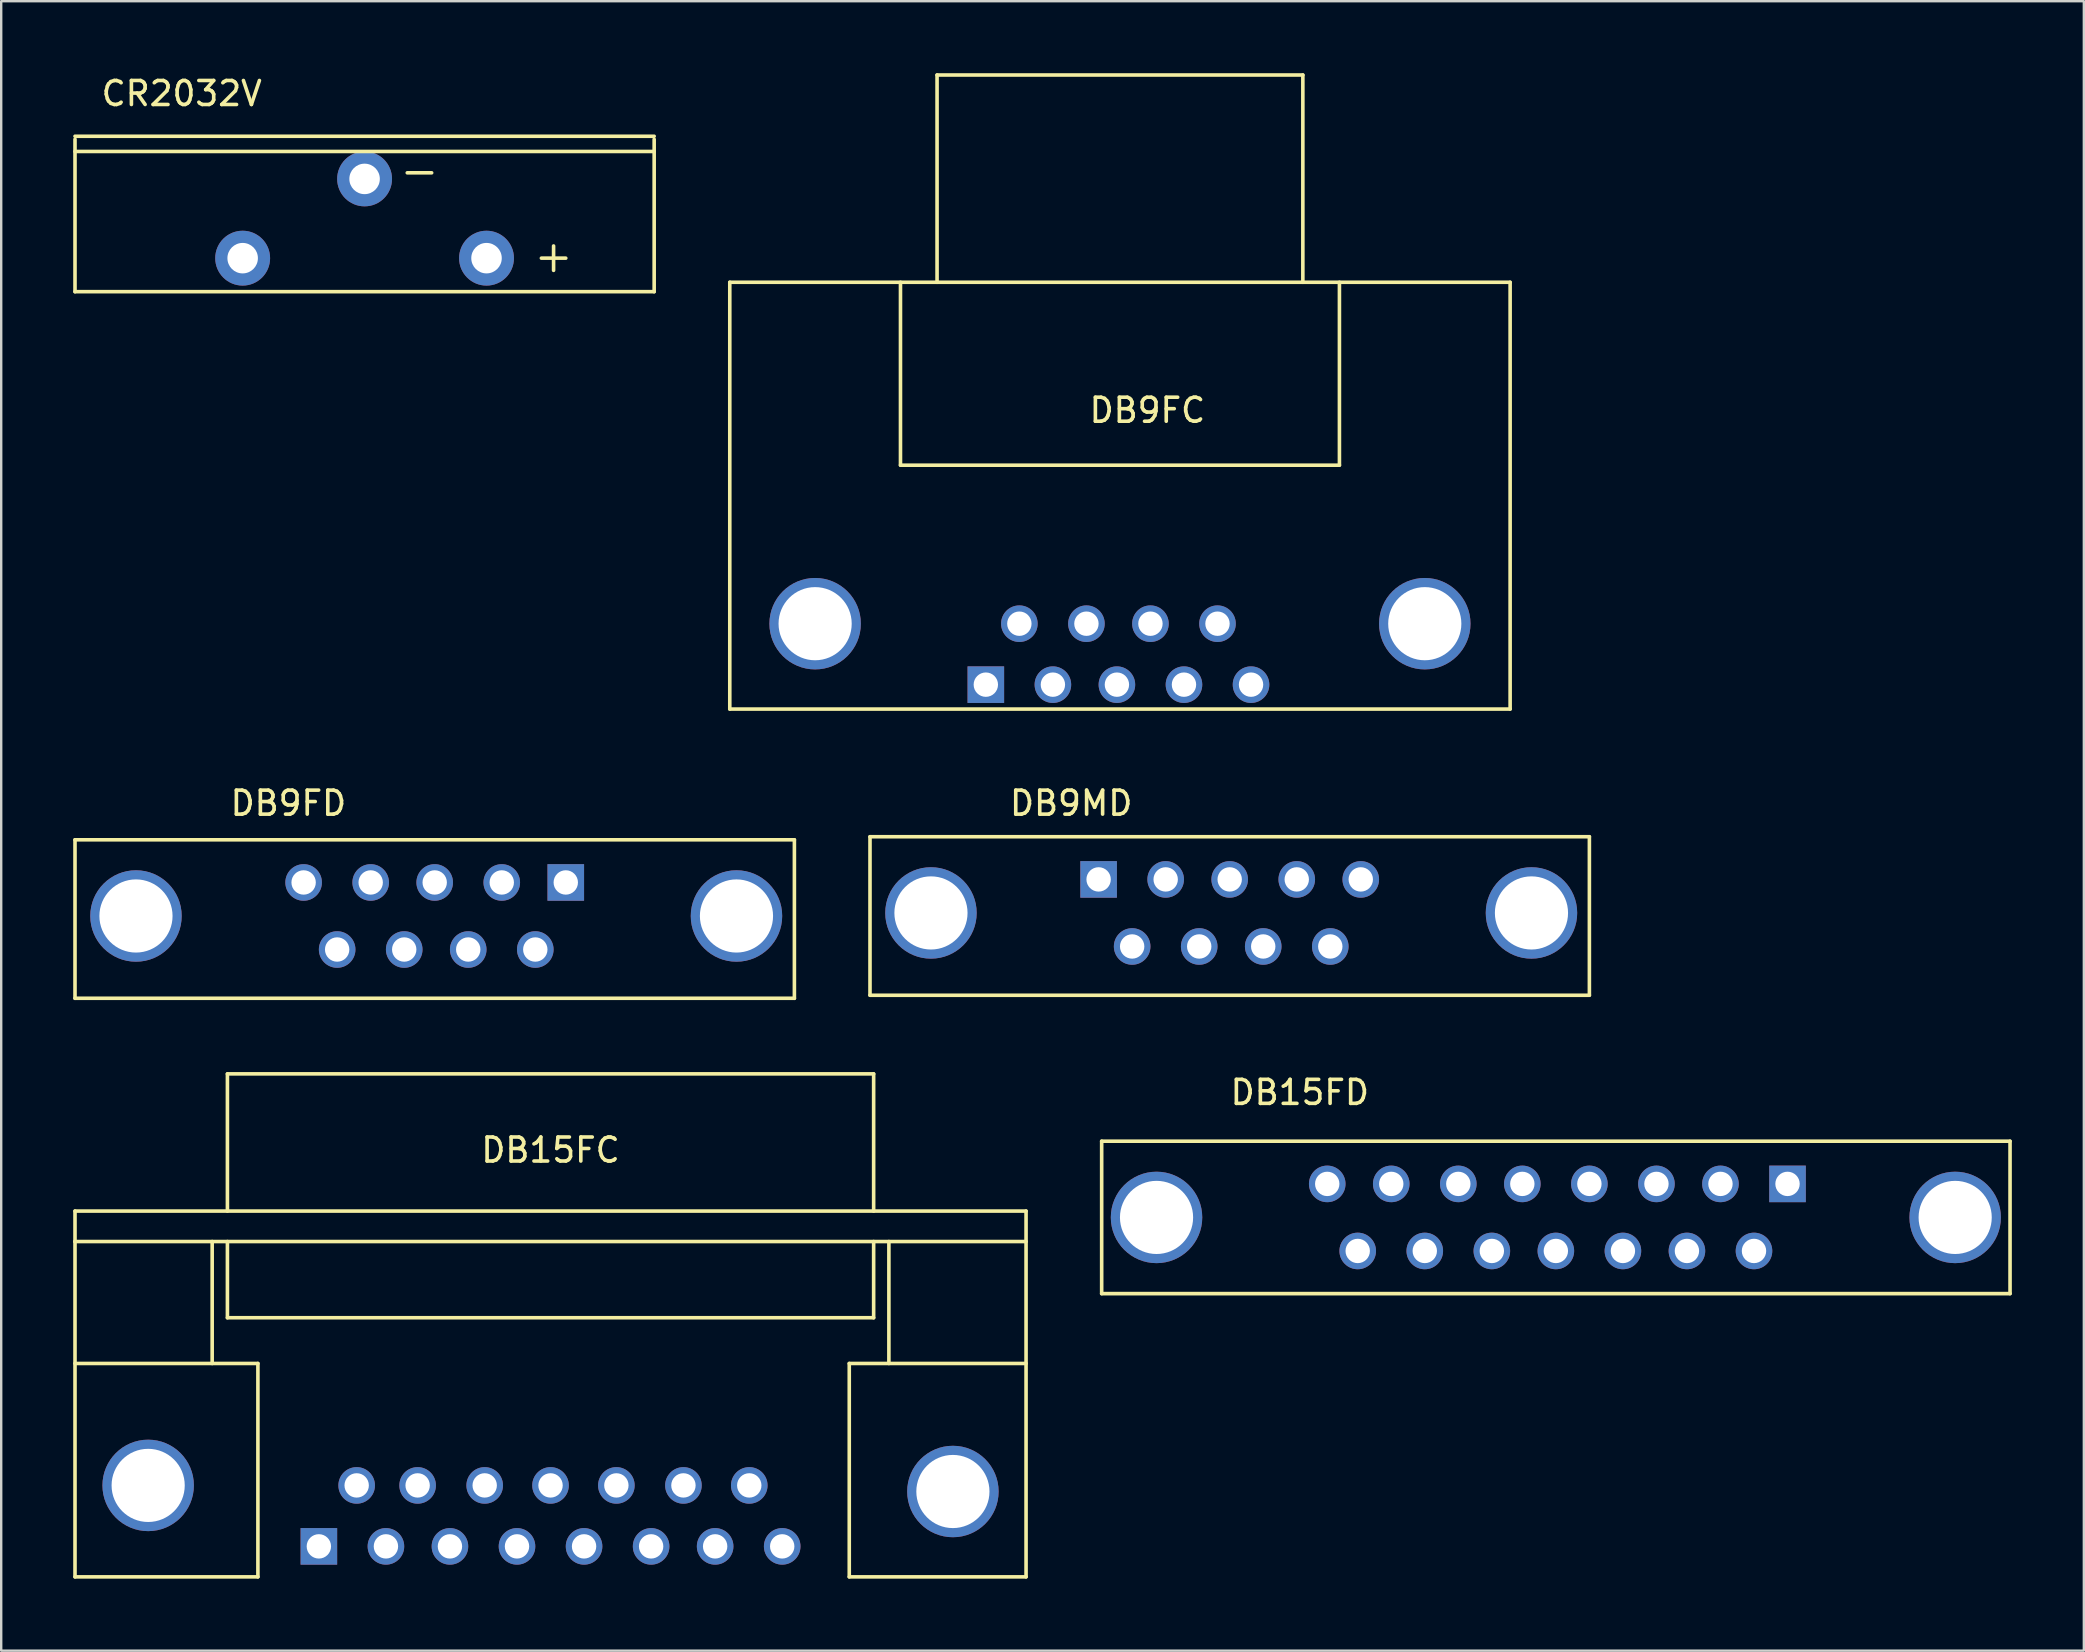
<source format=kicad_pcb>
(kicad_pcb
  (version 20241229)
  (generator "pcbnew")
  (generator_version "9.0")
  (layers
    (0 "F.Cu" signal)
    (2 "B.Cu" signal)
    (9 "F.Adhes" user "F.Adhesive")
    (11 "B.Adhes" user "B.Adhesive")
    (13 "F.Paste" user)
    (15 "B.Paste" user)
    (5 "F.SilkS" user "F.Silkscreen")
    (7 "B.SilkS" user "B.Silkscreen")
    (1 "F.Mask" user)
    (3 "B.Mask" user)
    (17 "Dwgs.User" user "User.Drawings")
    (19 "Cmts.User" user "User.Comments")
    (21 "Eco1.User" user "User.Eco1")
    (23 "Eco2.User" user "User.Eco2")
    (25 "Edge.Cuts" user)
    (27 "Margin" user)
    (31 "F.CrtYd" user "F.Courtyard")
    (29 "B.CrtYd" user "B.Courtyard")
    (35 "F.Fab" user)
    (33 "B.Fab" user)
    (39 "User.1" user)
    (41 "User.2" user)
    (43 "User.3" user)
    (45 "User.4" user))
  (footprint "DB15FC"
    (layer "F.Cu")
    (at 19.887 60.107)
    (property "Reference" "DB15FC" (at 0 -15.24 0) (layer "F.SilkS") (effects (font (size 1 1) (thickness 0.15))))
    (attr through_hole)
    (fp_line (start -19.812 -12.7) (end -19.812 -11.43) (stroke (width 0.15) (type solid)) (layer "F.SilkS"))
    (fp_line (start -19.812 -6.35) (end -12.192 -6.35) (stroke (width 0.15) (type solid)) (layer "F.SilkS"))
    (fp_line (start -19.812 2.54) (end -19.812 -11.43) (stroke (width 0.15) (type solid)) (layer "F.SilkS"))
    (fp_line (start -19.812 2.54) (end -12.192 2.54) (stroke (width 0.15) (type solid)) (layer "F.SilkS"))
    (fp_line (start -14.097 -11.43) (end -14.097 -6.35) (stroke (width 0.15) (type solid)) (layer "F.SilkS"))
    (fp_line (start -13.462 -18.415) (end -13.462 -12.7) (stroke (width 0.15) (type solid)) (layer "F.SilkS"))
    (fp_line (start -13.462 -18.415) (end 13.462 -18.415) (stroke (width 0.15) (type solid)) (layer "F.SilkS"))
    (fp_line (start -13.462 -8.255) (end -13.462 -11.43) (stroke (width 0.15) (type solid)) (layer "F.SilkS"))
    (fp_line (start -12.192 -6.35) (end -12.192 2.54) (stroke (width 0.15) (type solid)) (layer "F.SilkS"))
    (fp_line (start 12.446 -6.35) (end 19.812 -6.35) (stroke (width 0.15) (type solid)) (layer "F.SilkS"))
    (fp_line (start 12.446 2.54) (end 12.446 -6.35) (stroke (width 0.15) (type solid)) (layer "F.SilkS"))
    (fp_line (start 13.462 -12.7) (end 13.462 -18.415) (stroke (width 0.15) (type solid)) (layer "F.SilkS"))
    (fp_line (start 13.462 -8.255) (end -13.462 -8.255) (stroke (width 0.15) (type solid)) (layer "F.SilkS"))
    (fp_line (start 13.462 -8.255) (end 13.462 -11.43) (stroke (width 0.15) (type solid)) (layer "F.SilkS"))
    (fp_line (start 14.097 -6.35) (end 14.097 -11.43) (stroke (width 0.15) (type solid)) (layer "F.SilkS"))
    (fp_line (start 19.812 -12.7) (end -19.812 -12.7) (stroke (width 0.15) (type solid)) (layer "F.SilkS"))
    (fp_line (start 19.812 -11.43) (end -19.812 -11.43) (stroke (width 0.15) (type solid)) (layer "F.SilkS"))
    (fp_line (start 19.812 2.54) (end 12.446 2.54) (stroke (width 0.15) (type solid)) (layer "F.SilkS"))
    (fp_line (start 19.812 2.54) (end 19.812 -12.7) (stroke (width 0.15) (type solid)) (layer "F.SilkS"))
    (pad "" thru_hole circle (at -16.764 -1.27) (size 3.81 3.81) (drill 3.048) (layers "*.Cu" "*.Mask"))
    (pad "" thru_hole circle (at 16.764 -1.016) (size 3.81 3.81) (drill 3.048) (layers "*.Cu" "*.Mask"))
    (pad "1" thru_hole rect (at -9.652 1.27) (size 1.524 1.524) (drill 1.016) (layers "*.Cu" "*.Mask"))
    (pad "2" thru_hole circle (at -6.858 1.27) (size 1.524 1.524) (drill 1.016) (layers "*.Cu" "*.Mask"))
    (pad "3" thru_hole circle (at -4.191 1.27) (size 1.524 1.524) (drill 1.016) (layers "*.Cu" "*.Mask"))
    (pad "4" thru_hole circle (at -1.397 1.27) (size 1.524 1.524) (drill 1.016) (layers "*.Cu" "*.Mask"))
    (pad "5" thru_hole circle (at 1.397 1.27) (size 1.524 1.524) (drill 1.016) (layers "*.Cu" "*.Mask"))
    (pad "6" thru_hole circle (at 4.191 1.27) (size 1.524 1.524) (drill 1.016) (layers "*.Cu" "*.Mask"))
    (pad "7" thru_hole circle (at 6.858 1.27) (size 1.524 1.524) (drill 1.016) (layers "*.Cu" "*.Mask"))
    (pad "8" thru_hole circle (at 9.652 1.27) (size 1.524 1.524) (drill 1.016) (layers "*.Cu" "*.Mask"))
    (pad "9" thru_hole circle (at -8.077 -1.27) (size 1.524 1.524) (drill 1.016) (layers "*.Cu" "*.Mask"))
    (pad "10" thru_hole circle (at -5.537 -1.27) (size 1.524 1.524) (drill 1.016) (layers "*.Cu" "*.Mask"))
    (pad "11" thru_hole circle (at -2.743 -1.27) (size 1.524 1.524) (drill 1.016) (layers "*.Cu" "*.Mask"))
    (pad "12" thru_hole circle (at 0 -1.27) (size 1.524 1.524) (drill 1.016) (layers "*.Cu" "*.Mask"))
    (pad "13" thru_hole circle (at 2.743 -1.27) (size 1.524 1.524) (drill 1.016) (layers "*.Cu" "*.Mask"))
    (pad "14" thru_hole circle (at 5.537 -1.27) (size 1.524 1.524) (drill 1.016) (layers "*.Cu" "*.Mask"))
    (pad "15" thru_hole circle (at 8.28 -1.27) (size 1.524 1.524) (drill 1.016) (layers "*.Cu" "*.Mask")))
  (footprint "CR2032V"
    (layer "F.Cu")
    (at 12.14 5.928)
    (property "Reference" "CR2032V" (at -7.62 -5.08 0) (layer "F.SilkS") (effects (font (size 1 1) (thickness 0.15))))
    (attr through_hole)
    (fp_line (start -12.065 -3.302) (end 12.065 -3.302) (stroke (width 0.15) (type solid)) (layer "F.SilkS"))
    (fp_line (start -12.065 -3.175) (end -12.065 3.175) (stroke (width 0.15) (type solid)) (layer "F.SilkS"))
    (fp_line (start -12.065 3.175) (end 12.065 3.175) (stroke (width 0.15) (type solid)) (layer "F.SilkS"))
    (fp_line (start 1.778 -1.778) (end 2.794 -1.778) (stroke (width 0.15) (type solid)) (layer "F.SilkS"))
    (fp_line (start 7.366 1.778) (end 8.382 1.778) (stroke (width 0.15) (type solid)) (layer "F.SilkS"))
    (fp_line (start 7.874 2.286) (end 7.874 1.27) (stroke (width 0.15) (type solid)) (layer "F.SilkS"))
    (fp_line (start 12.065 -2.667) (end -12.065 -2.667) (stroke (width 0.15) (type solid)) (layer "F.SilkS"))
    (fp_line (start 12.065 3.175) (end 12.065 -3.175) (stroke (width 0.15) (type solid)) (layer "F.SilkS"))
    (pad "1" thru_hole circle (at -5.08 1.778) (size 2.286 2.286) (drill 1.27) (layers "*.Cu" "*.Mask"))
    (pad "1" thru_hole circle (at 5.08 1.778) (size 2.286 2.286) (drill 1.27) (layers "*.Cu" "*.Mask"))
    (pad "2" thru_hole circle (at 0 -1.524) (size 2.286 2.286) (drill 1.27) (layers "*.Cu" "*.Mask")))
  (footprint "DB15FD"
    (layer "F.Cu")
    (at 61.264 47.545)
    (property "Reference" "DB15FD" (at -10.16 -5.08 180) (layer "F.SilkS") (effects (font (size 1 1) (thickness 0.15))))
    (attr through_hole)
    (fp_line (start -18.415 -3.048) (end -18.415 3.302) (stroke (width 0.15) (type solid)) (layer "F.SilkS"))
    (fp_line (start -18.415 3.302) (end 19.431 3.302) (stroke (width 0.15) (type solid)) (layer "F.SilkS"))
    (fp_line (start 19.431 -3.048) (end -18.415 -3.048) (stroke (width 0.15) (type solid)) (layer "F.SilkS"))
    (fp_line (start 19.431 3.302) (end 19.431 -3.048) (stroke (width 0.15) (type solid)) (layer "F.SilkS"))
    (pad "0" thru_hole circle (at -16.129 0.127) (size 3.81 3.81) (drill 3.048) (layers "*.Cu" "*.Mask"))
    (pad "0" thru_hole circle (at 17.145 0.127) (size 3.81 3.81) (drill 3.048) (layers "*.Cu" "*.Mask"))
    (pad "1" thru_hole rect (at 10.16 -1.27) (size 1.524 1.524) (drill 1.016) (layers "*.Cu" "*.Mask"))
    (pad "2" thru_hole circle (at 7.366 -1.27) (size 1.524 1.524) (drill 1.016) (layers "*.Cu" "*.Mask"))
    (pad "3" thru_hole circle (at 4.699 -1.27) (size 1.524 1.524) (drill 1.016) (layers "*.Cu" "*.Mask"))
    (pad "4" thru_hole circle (at 1.905 -1.27) (size 1.524 1.524) (drill 1.016) (layers "*.Cu" "*.Mask"))
    (pad "5" thru_hole circle (at -0.889 -1.27) (size 1.524 1.524) (drill 1.016) (layers "*.Cu" "*.Mask"))
    (pad "6" thru_hole circle (at -3.556 -1.27) (size 1.524 1.524) (drill 1.016) (layers "*.Cu" "*.Mask"))
    (pad "7" thru_hole circle (at -6.35 -1.27) (size 1.524 1.524) (drill 1.016) (layers "*.Cu" "*.Mask"))
    (pad "8" thru_hole circle (at -9.017 -1.27) (size 1.524 1.524) (drill 1.016) (layers "*.Cu" "*.Mask"))
    (pad "9" thru_hole circle (at 8.763 1.524) (size 1.524 1.524) (drill 1.016) (layers "*.Cu" "*.Mask"))
    (pad "10" thru_hole circle (at 5.969 1.524) (size 1.524 1.524) (drill 1.016) (layers "*.Cu" "*.Mask"))
    (pad "11" thru_hole circle (at 3.302 1.524) (size 1.524 1.524) (drill 1.016) (layers "*.Cu" "*.Mask"))
    (pad "12" thru_hole circle (at 0.508 1.524) (size 1.524 1.524) (drill 1.016) (layers "*.Cu" "*.Mask"))
    (pad "13" thru_hole circle (at -2.159 1.524) (size 1.524 1.524) (drill 1.016) (layers "*.Cu" "*.Mask"))
    (pad "14" thru_hole circle (at -4.953 1.524) (size 1.524 1.524) (drill 1.016) (layers "*.Cu" "*.Mask"))
    (pad "15" thru_hole circle (at -7.747 1.524) (size 1.524 1.524) (drill 1.016) (layers "*.Cu" "*.Mask")))
  (footprint "DB9FD"
    (layer "F.Cu")
    (at 15.061 35.24)
    (property "Reference" "DB9FD" (at -6.096 -4.826 180) (layer "F.SilkS") (effects (font (size 1 1) (thickness 0.15))))
    (attr through_hole)
    (fp_line (start -14.986 -3.302) (end -14.986 3.302) (stroke (width 0.15) (type solid)) (layer "F.SilkS"))
    (fp_line (start -14.986 3.302) (end 14.986 3.302) (stroke (width 0.15) (type solid)) (layer "F.SilkS"))
    (fp_line (start 14.986 -3.302) (end -14.986 -3.302) (stroke (width 0.15) (type solid)) (layer "F.SilkS"))
    (fp_line (start 14.986 3.302) (end 14.986 -3.302) (stroke (width 0.15) (type solid)) (layer "F.SilkS"))
    (pad "0" thru_hole circle (at -12.446 -0.127) (size 3.81 3.81) (drill 3.048) (layers "*.Cu" "*.Mask"))
    (pad "0" thru_hole circle (at 12.573 -0.127) (size 3.81 3.81) (drill 3.048) (layers "*.Cu" "*.Mask"))
    (pad "1" thru_hole rect (at 5.461 -1.524) (size 1.524 1.524) (drill 1.016) (layers "*.Cu" "*.Mask"))
    (pad "2" thru_hole circle (at 2.794 -1.524) (size 1.524 1.524) (drill 1.016) (layers "*.Cu" "*.Mask"))
    (pad "3" thru_hole circle (at 0 -1.524) (size 1.524 1.524) (drill 1.016) (layers "*.Cu" "*.Mask"))
    (pad "4" thru_hole circle (at -2.667 -1.524) (size 1.524 1.524) (drill 1.016) (layers "*.Cu" "*.Mask"))
    (pad "5" thru_hole circle (at -5.461 -1.524) (size 1.524 1.524) (drill 1.016) (layers "*.Cu" "*.Mask"))
    (pad "6" thru_hole circle (at 4.191 1.27) (size 1.524 1.524) (drill 1.016) (layers "*.Cu" "*.Mask"))
    (pad "7" thru_hole circle (at 1.397 1.27) (size 1.524 1.524) (drill 1.016) (layers "*.Cu" "*.Mask"))
    (pad "8" thru_hole circle (at -1.27 1.27) (size 1.524 1.524) (drill 1.016) (layers "*.Cu" "*.Mask"))
    (pad "9" thru_hole circle (at -4.064 1.27) (size 1.524 1.524) (drill 1.016) (layers "*.Cu" "*.Mask")))
  (footprint "DB9FC"
    (layer "F.Cu")
    (at 43.484 24.205)
    (property "Reference" "DB9FC" (at 1.27 -10.16 0) (layer "F.SilkS") (effects (font (size 1 1) (thickness 0.15))))
    (attr through_hole)
    (fp_line (start -16.129 -15.494) (end -16.129 2.286) (stroke (width 0.15) (type solid)) (layer "F.SilkS"))
    (fp_line (start -16.129 2.286) (end 16.383 2.286) (stroke (width 0.15) (type solid)) (layer "F.SilkS"))
    (fp_line (start -9.017 -15.494) (end -9.017 -7.874) (stroke (width 0.15) (type solid)) (layer "F.SilkS"))
    (fp_line (start -9.017 -7.874) (end 9.271 -7.874) (stroke (width 0.15) (type solid)) (layer "F.SilkS"))
    (fp_line (start -7.493 -24.13) (end 7.747 -24.13) (stroke (width 0.15) (type solid)) (layer "F.SilkS"))
    (fp_line (start -7.493 -15.494) (end -7.493 -24.13) (stroke (width 0.15) (type solid)) (layer "F.SilkS"))
    (fp_line (start 7.747 -24.13) (end 7.747 -15.494) (stroke (width 0.15) (type solid)) (layer "F.SilkS"))
    (fp_line (start 9.271 -7.874) (end 9.271 -15.494) (stroke (width 0.15) (type solid)) (layer "F.SilkS"))
    (fp_line (start 16.383 -15.494) (end -16.129 -15.494) (stroke (width 0.15) (type solid)) (layer "F.SilkS"))
    (fp_line (start 16.383 2.286) (end 16.383 -15.494) (stroke (width 0.15) (type solid)) (layer "F.SilkS"))
    (pad "" thru_hole circle (at -12.573 -1.27) (size 3.81 3.81) (drill 3.048) (layers "*.Cu" "*.Mask"))
    (pad "" thru_hole circle (at 12.827 -1.27) (size 3.81 3.81) (drill 3.048) (layers "*.Cu" "*.Mask"))
    (pad "1" thru_hole rect (at -5.461 1.27) (size 1.524 1.524) (drill 1.016) (layers "*.Cu" "*.Mask"))
    (pad "2" thru_hole circle (at -2.667 1.27) (size 1.524 1.524) (drill 1.016) (layers "*.Cu" "*.Mask"))
    (pad "3" thru_hole circle (at 0 1.27) (size 1.524 1.524) (drill 1.016) (layers "*.Cu" "*.Mask"))
    (pad "4" thru_hole circle (at 2.794 1.27) (size 1.524 1.524) (drill 1.016) (layers "*.Cu" "*.Mask"))
    (pad "5" thru_hole circle (at 5.588 1.27) (size 1.524 1.524) (drill 1.016) (layers "*.Cu" "*.Mask"))
    (pad "6" thru_hole circle (at -4.064 -1.27) (size 1.524 1.524) (drill 1.016) (layers "*.Cu" "*.Mask"))
    (pad "7" thru_hole circle (at -1.27 -1.27) (size 1.524 1.524) (drill 1.016) (layers "*.Cu" "*.Mask"))
    (pad "8" thru_hole circle (at 1.397 -1.27) (size 1.524 1.524) (drill 1.016) (layers "*.Cu" "*.Mask"))
    (pad "9" thru_hole circle (at 4.191 -1.27) (size 1.524 1.524) (drill 1.016) (layers "*.Cu" "*.Mask")))
  (footprint "DB9MD"
    (layer "F.Cu")
    (at 48.183 34.986)
    (property "Reference" "DB9MD" (at -6.604 -4.572 0) (layer "F.SilkS") (effects (font (size 1 1) (thickness 0.15))))
    (attr through_hole)
    (fp_line (start -14.986 -3.175) (end -14.986 3.429) (stroke (width 0.15) (type solid)) (layer "F.SilkS"))
    (fp_line (start -14.986 3.429) (end 14.986 3.429) (stroke (width 0.15) (type solid)) (layer "F.SilkS"))
    (fp_line (start 14.986 -3.175) (end -14.986 -3.175) (stroke (width 0.15) (type solid)) (layer "F.SilkS"))
    (fp_line (start 14.986 3.429) (end 14.986 -3.175) (stroke (width 0.15) (type solid)) (layer "F.SilkS"))
    (pad "0" thru_hole circle (at -12.446 0) (size 3.81 3.81) (drill 3.048) (layers "*.Cu" "*.Mask"))
    (pad "0" thru_hole circle (at 12.573 0) (size 3.81 3.81) (drill 3.048) (layers "*.Cu" "*.Mask"))
    (pad "1" thru_hole rect (at -5.461 -1.397) (size 1.524 1.524) (drill 1.016) (layers "*.Cu" "*.Mask"))
    (pad "2" thru_hole circle (at -2.667 -1.397) (size 1.524 1.524) (drill 1.016) (layers "*.Cu" "*.Mask"))
    (pad "3" thru_hole circle (at 0 -1.397) (size 1.524 1.524) (drill 1.016) (layers "*.Cu" "*.Mask"))
    (pad "4" thru_hole circle (at 2.794 -1.397) (size 1.524 1.524) (drill 1.016) (layers "*.Cu" "*.Mask"))
    (pad "5" thru_hole circle (at 5.461 -1.397) (size 1.524 1.524) (drill 1.016) (layers "*.Cu" "*.Mask"))
    (pad "6" thru_hole circle (at -4.064 1.397) (size 1.524 1.524) (drill 1.016) (layers "*.Cu" "*.Mask"))
    (pad "7" thru_hole circle (at -1.27 1.397) (size 1.524 1.524) (drill 1.016) (layers "*.Cu" "*.Mask"))
    (pad "8" thru_hole circle (at 1.397 1.397) (size 1.524 1.524) (drill 1.016) (layers "*.Cu" "*.Mask"))
    (pad "9" thru_hole circle (at 4.191 1.397) (size 1.524 1.524) (drill 1.016) (layers "*.Cu" "*.Mask")))
  (gr_rect
    (start -3 -3)
    (end 83.77 65.722)
    (stroke (width 0.1) (type default))
    (fill no)
    (layer "Edge.Cuts")))
</source>
